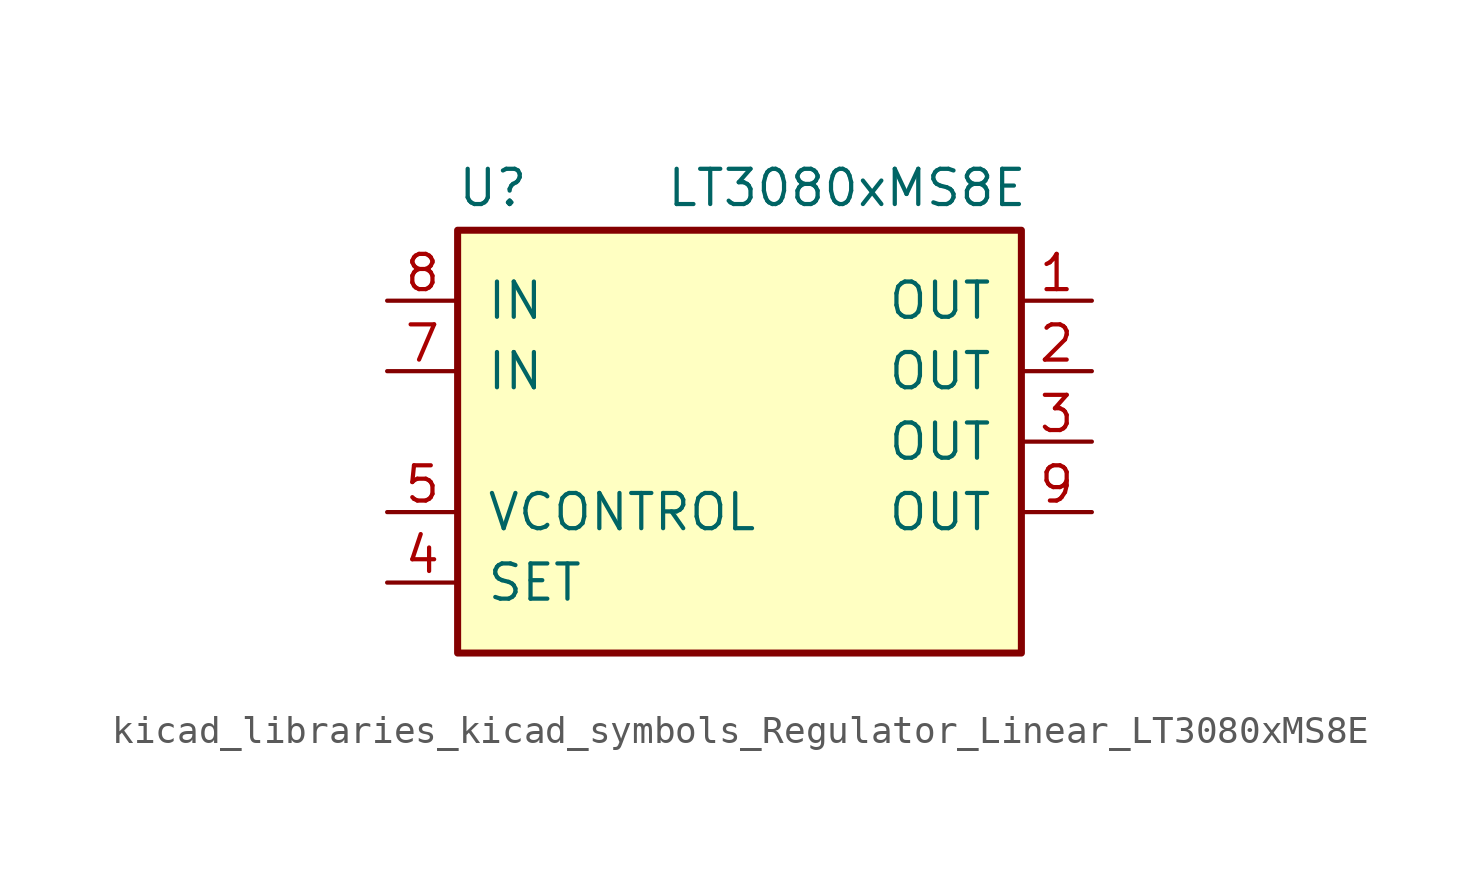
<source format=kicad_sym>
(kicad_symbol_lib
  (version 20220914)
  (generator kicad_symbol_editor)
  (symbol "kicad_libraries_kicad_symbols_Regulator_Linear_LT3080xMS8E"
    (pin_names
      (offset 1.016))
    (property "Reference" "U"
      (at -8.89 9.144 0)
      (effects (font (size 1.27 1.27))))
    (property "Value" "LT3080xMS8E"
      (at 10.414 9.144 0)
      (effects (font (size 1.27 1.27)) (justify right)))
    (symbol "kicad_libraries_kicad_symbols_Regulator_Linear_LT3080xMS8E_0_1"
      (rectangle (start -10.16 7.62) (end 10.16 -7.62) (stroke (width 0.254) (type default)) (fill (type background))))
    (symbol "kicad_libraries_kicad_symbols_Regulator_Linear_LT3080xMS8E_1_1"
      (pin power_out line (at 12.7 5.08 180) (length 2.54) (name "OUT" (effects (font (size 1.27 1.27)))) (number "1" (effects (font (size 1.27 1.27)))))
      (pin power_out line (at 12.7 2.54 180) (length 2.54) (name "OUT" (effects (font (size 1.27 1.27)))) (number "2" (effects (font (size 1.27 1.27)))))
      (pin power_out line (at 12.7 0 180) (length 2.54) (name "OUT" (effects (font (size 1.27 1.27)))) (number "3" (effects (font (size 1.27 1.27)))))
      (pin input line (at -12.7 -5.08 0) (length 2.54) (name "SET" (effects (font (size 1.27 1.27)))) (number "4" (effects (font (size 1.27 1.27)))))
      (pin input line (at -12.7 -2.54 0) (length 2.54) (name "VCONTROL" (effects (font (size 1.27 1.27)))) (number "5" (effects (font (size 1.27 1.27)))))
      (pin no_connect line (at -10.16 0 0) (length 2.54) hide (name "NC" (effects (font (size 1.27 1.27)))) (number "6" (effects (font (size 1.27 1.27)))))
      (pin power_in line (at -12.7 2.54 0) (length 2.54) (name "IN" (effects (font (size 1.27 1.27)))) (number "7" (effects (font (size 1.27 1.27)))))
      (pin power_in line (at -12.7 5.08 0) (length 2.54) (name "IN" (effects (font (size 1.27 1.27)))) (number "8" (effects (font (size 1.27 1.27)))))
      (pin power_out line (at 12.7 -2.54 180) (length 2.54) (name "OUT" (effects (font (size 1.27 1.27)))) (number "9" (effects (font (size 1.27 1.27))))))))
</source>
